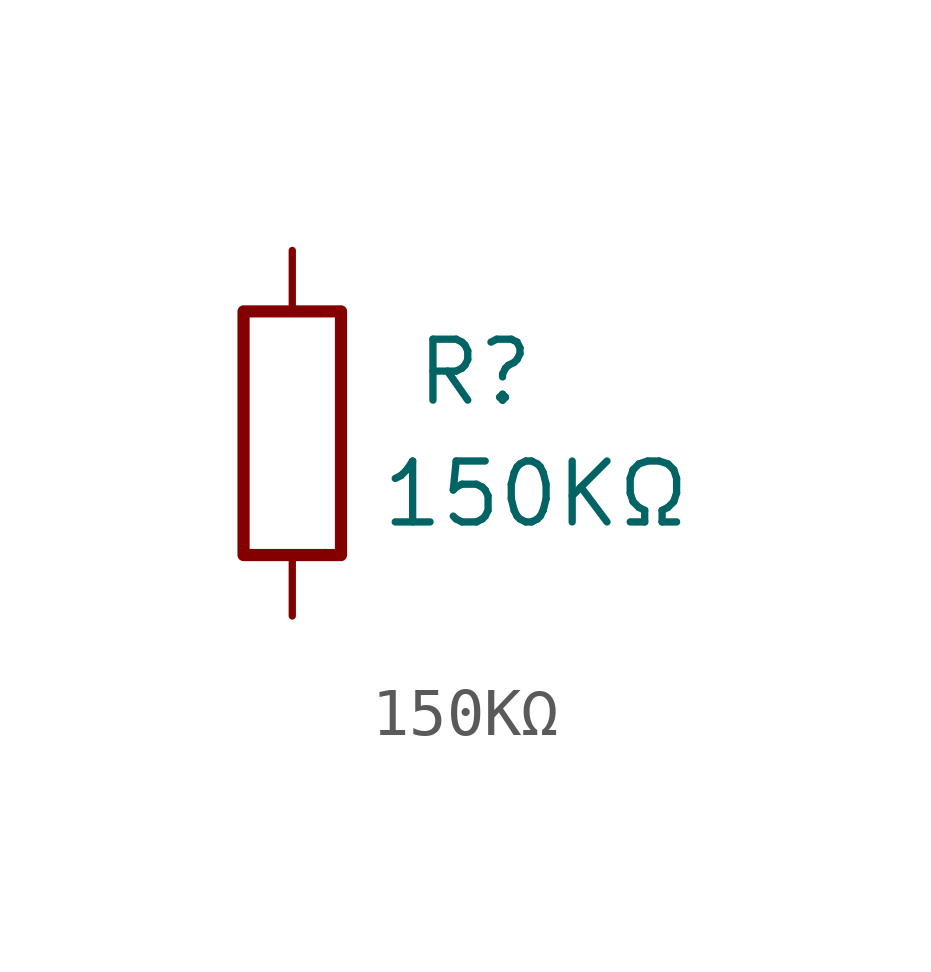
<source format=kicad_sym>
(kicad_symbol_lib
  (version 20241209)
  (generator "kicad_symbol_editor")
  (generator_version "9.0")
  (symbol "150KΩ"
    (pin_numbers
      (hide yes))
    (pin_names
      (offset 0))
    (property "Reference" "R"
      (at 3.81 1.27 0)
      (effects (font (size 1.27 1.27))))
    (property "Value" "150KΩ"
      (at 5.08 -1.27 0)
      (effects (font (size 1.27 1.27))))
    (symbol "150KΩ_0_1"
      (rectangle (start -1.016 -2.54) (end 1.016 2.54) (stroke (width 0.254) (type solid)) (fill (type none))))
    (symbol "150KΩ_1_1"
      (pin passive line (at 0 3.81 270) (length 1.27) (name "~" (effects (font (size 1.27 1.27)))) (number "1" (effects (font (size 1.27 1.27)))))
      (pin passive line (at 0 -3.81 90) (length 1.27) (name "~" (effects (font (size 1.27 1.27)))) (number "2" (effects (font (size 1.27 1.27))))))))
</source>
